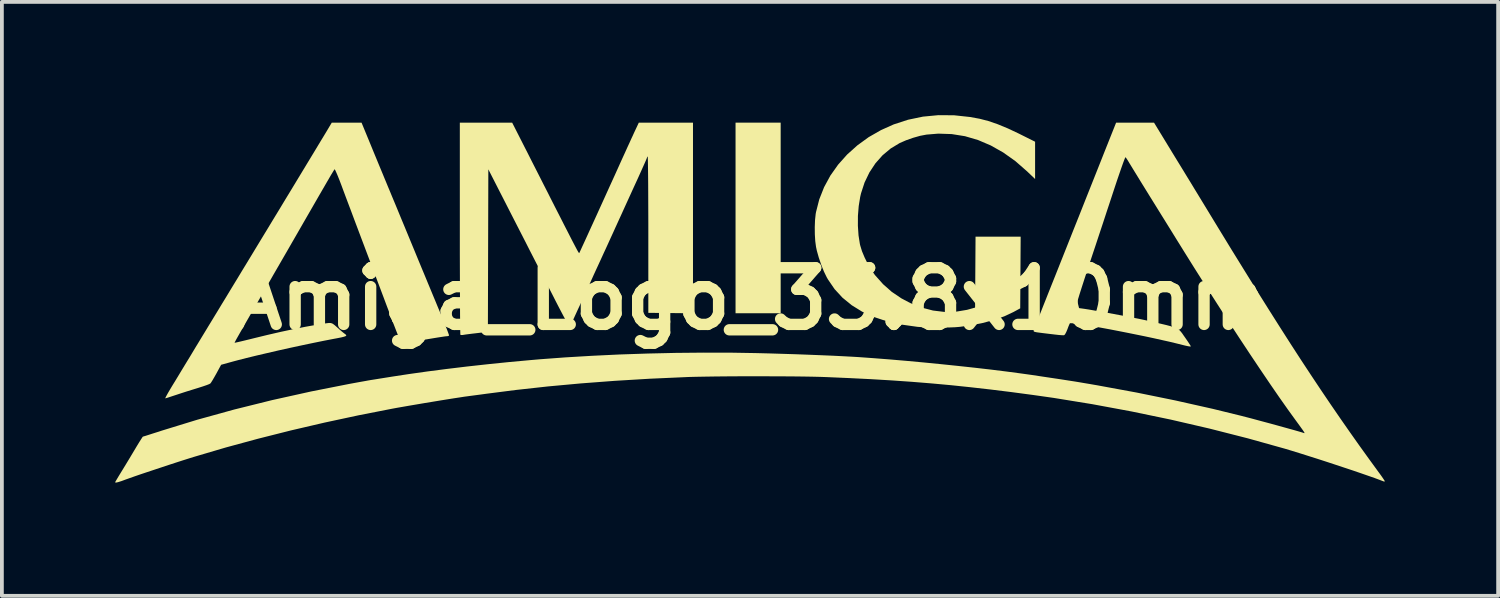
<source format=kicad_pcb>
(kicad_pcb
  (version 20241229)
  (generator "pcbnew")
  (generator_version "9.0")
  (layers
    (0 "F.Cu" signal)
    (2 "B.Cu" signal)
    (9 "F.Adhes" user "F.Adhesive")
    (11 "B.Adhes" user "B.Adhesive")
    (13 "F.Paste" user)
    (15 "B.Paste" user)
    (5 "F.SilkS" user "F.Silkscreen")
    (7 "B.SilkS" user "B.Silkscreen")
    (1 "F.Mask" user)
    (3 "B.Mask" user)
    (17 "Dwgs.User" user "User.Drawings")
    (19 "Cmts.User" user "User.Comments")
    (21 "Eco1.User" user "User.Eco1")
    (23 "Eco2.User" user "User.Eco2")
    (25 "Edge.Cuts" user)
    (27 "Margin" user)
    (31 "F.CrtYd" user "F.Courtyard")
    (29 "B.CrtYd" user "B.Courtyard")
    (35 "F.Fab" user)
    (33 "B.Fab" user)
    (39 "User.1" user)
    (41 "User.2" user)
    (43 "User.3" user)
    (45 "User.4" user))
  (footprint "Amiga_Logo_33.8x10mm"
    (layer "F.Cu")
    (at 16.802 4.863)
    (property "Reference" "Amiga_Logo_33.8x10mm" (at 0 0 0) (layer "F.SilkS") (effects (font (size 1.5 1.5) (thickness 0.3))))
    (attr board_only exclude_from_pos_files exclude_from_bom)
    (fp_poly (pts (xy 0.823 -2.141) (xy 0.823 0.383) (xy 0.225 0.383) (xy -0.372 0.383) (xy -0.372 -2.141) (xy -0.372 -4.665) (xy 0.225 -4.665) (xy 0.823 -4.665)) (stroke (width 0) (type solid)) (fill yes) (layer "F.SilkS"))
    (fp_poly (pts (xy 5.416 -4.86) (xy 5.842 -4.814) (xy 6.096 -4.767) (xy 6.324 -4.708) (xy 6.571 -4.623) (xy 6.842 -4.511) (xy 7.141 -4.37) (xy 7.15 -4.365) (xy 7.561 -4.16) (xy 7.561 -3.666) (xy 7.561 -3.172) (xy 7.352 -3.372) (xy 7.04 -3.645) (xy 6.718 -3.874) (xy 6.387 -4.061) (xy 6.049 -4.205) (xy 5.704 -4.306) (xy 5.353 -4.362) (xy 4.997 -4.374) (xy 4.684 -4.348) (xy 4.516 -4.316) (xy 4.329 -4.263) (xy 4.142 -4.197) (xy 3.975 -4.124) (xy 3.973 -4.123) (xy 3.736 -3.98) (xy 3.521 -3.8) (xy 3.333 -3.588) (xy 3.173 -3.346) (xy 3.045 -3.08) (xy 2.951 -2.792) (xy 2.929 -2.697) (xy 2.89 -2.456) (xy 2.869 -2.196) (xy 2.868 -1.932) (xy 2.885 -1.679) (xy 2.921 -1.45) (xy 2.931 -1.409) (xy 2.977 -1.259) (xy 3.047 -1.092) (xy 3.132 -0.921) (xy 3.226 -0.761) (xy 3.32 -0.628) (xy 3.535 -0.387) (xy 3.766 -0.183) (xy 4.021 -0.011) (xy 4.251 0.111) (xy 4.553 0.232) (xy 4.857 0.311) (xy 5.162 0.348) (xy 5.463 0.342) (xy 5.757 0.293) (xy 5.826 0.274) (xy 5.972 0.233) (xy 5.978 -0.706) (xy 5.984 -1.645) (xy 6.582 -1.645) (xy 7.179 -1.645) (xy 7.173 -0.696) (xy 7.167 0.253) (xy 6.987 0.351) (xy 6.749 0.463) (xy 6.473 0.561) (xy 6.167 0.642) (xy 5.835 0.707) (xy 5.567 0.743) (xy 5.449 0.753) (xy 5.299 0.759) (xy 5.127 0.762) (xy 4.946 0.762) (xy 4.769 0.759) (xy 4.606 0.753) (xy 4.469 0.745) (xy 4.44 0.742) (xy 4.022 0.683) (xy 3.64 0.597) (xy 3.293 0.483) (xy 2.981 0.341) (xy 2.704 0.17) (xy 2.46 -0.029) (xy 2.251 -0.256) (xy 2.076 -0.512) (xy 2.044 -0.567) (xy 1.97 -0.719) (xy 1.898 -0.899) (xy 1.833 -1.089) (xy 1.781 -1.274) (xy 1.759 -1.377) (xy 1.739 -1.528) (xy 1.728 -1.707) (xy 1.726 -1.897) (xy 1.733 -2.082) (xy 1.75 -2.245) (xy 1.759 -2.296) (xy 1.845 -2.633) (xy 1.973 -2.956) (xy 2.14 -3.264) (xy 2.344 -3.552) (xy 2.583 -3.82) (xy 2.854 -4.063) (xy 3.154 -4.281) (xy 3.483 -4.469) (xy 3.816 -4.618) (xy 4.197 -4.742) (xy 4.591 -4.824) (xy 4.998 -4.863)) (stroke (width 0) (type solid)) (fill yes) (layer "F.SilkS"))
    (fp_poly (pts (xy -1.499 -2.141) (xy -1.499 0.384) (xy -2.09 0.378) (xy -2.682 0.372) (xy -2.682 -1.705) (xy -2.682 -2.007) (xy -2.683 -2.295) (xy -2.684 -2.566) (xy -2.685 -2.818) (xy -2.686 -3.048) (xy -2.688 -3.251) (xy -2.69 -3.425) (xy -2.692 -3.568) (xy -2.694 -3.675) (xy -2.696 -3.744) (xy -2.698 -3.771) (xy -2.699 -3.772) (xy -2.716 -3.743) (xy -2.716 -3.742) (xy -2.725 -3.717) (xy -2.75 -3.656) (xy -2.79 -3.566) (xy -2.841 -3.452) (xy -2.901 -3.318) (xy -2.966 -3.174) (xy -3.041 -3.011) (xy -3.116 -2.847) (xy -3.187 -2.691) (xy -3.251 -2.551) (xy -3.303 -2.437) (xy -3.33 -2.378) (xy -3.388 -2.249) (xy -3.456 -2.101) (xy -3.522 -1.956) (xy -3.561 -1.871) (xy -3.61 -1.762) (xy -3.673 -1.625) (xy -3.742 -1.473) (xy -3.812 -1.32) (xy -3.86 -1.217) (xy -3.947 -1.026) (xy -4.019 -0.87) (xy -4.079 -0.74) (xy -4.129 -0.631) (xy -4.172 -0.535) (xy -4.213 -0.445) (xy -4.254 -0.355) (xy -4.287 -0.282) (xy -4.333 -0.18) (xy -4.392 -0.052) (xy -4.458 0.091) (xy -4.524 0.233) (xy -4.553 0.295) (xy -4.608 0.415) (xy -4.657 0.522) (xy -4.696 0.611) (xy -4.723 0.672) (xy -4.732 0.695) (xy -4.752 0.734) (xy -4.767 0.744) (xy -4.781 0.724) (xy -4.814 0.669) (xy -4.861 0.583) (xy -4.922 0.471) (xy -4.993 0.336) (xy -5.072 0.185) (xy -5.141 0.051) (xy -5.234 -0.133) (xy -5.344 -0.346) (xy -5.463 -0.581) (xy -5.588 -0.825) (xy -5.714 -1.071) (xy -5.835 -1.307) (xy -5.938 -1.51) (xy -6.045 -1.719) (xy -6.157 -1.937) (xy -6.27 -2.158) (xy -6.379 -2.371) (xy -6.48 -2.569) (xy -6.57 -2.745) (xy -6.644 -2.889) (xy -6.651 -2.903) (xy -6.919 -3.428) (xy -6.925 -1.277) (xy -6.931 0.875) (xy -7.049 0.889) (xy -7.217 0.909) (xy -7.346 0.924) (xy -7.442 0.936) (xy -7.511 0.945) (xy -7.557 0.952) (xy -7.587 0.957) (xy -7.597 0.959) (xy -7.642 0.96) (xy -7.659 0.954) (xy -7.661 0.93) (xy -7.663 0.863) (xy -7.665 0.758) (xy -7.666 0.615) (xy -7.668 0.438) (xy -7.669 0.229) (xy -7.67 -0.008) (xy -7.671 -0.271) (xy -7.672 -0.558) (xy -7.673 -0.865) (xy -7.674 -1.189) (xy -7.674 -1.529) (xy -7.674 -1.863) (xy -7.674 -4.665) (xy -6.981 -4.665) (xy -6.288 -4.665) (xy -6.027 -4.152) (xy -5.96 -4.02) (xy -5.876 -3.856) (xy -5.78 -3.665) (xy -5.674 -3.457) (xy -5.562 -3.237) (xy -5.449 -3.014) (xy -5.337 -2.795) (xy -5.286 -2.693) (xy -5.143 -2.411) (xy -5.018 -2.167) (xy -4.912 -1.958) (xy -4.821 -1.781) (xy -4.746 -1.634) (xy -4.684 -1.513) (xy -4.634 -1.418) (xy -4.595 -1.344) (xy -4.566 -1.289) (xy -4.544 -1.251) (xy -4.529 -1.227) (xy -4.52 -1.214) (xy -4.514 -1.21) (xy -4.511 -1.212) (xy -4.499 -1.236) (xy -4.471 -1.297) (xy -4.428 -1.391) (xy -4.371 -1.514) (xy -4.304 -1.661) (xy -4.227 -1.83) (xy -4.143 -2.014) (xy -4.053 -2.211) (xy -3.96 -2.416) (xy -3.865 -2.625) (xy -3.77 -2.835) (xy -3.696 -2.998) (xy -3.572 -3.27) (xy -3.466 -3.505) (xy -3.375 -3.707) (xy -3.297 -3.877) (xy -3.232 -4.021) (xy -3.177 -4.14) (xy -3.132 -4.24) (xy -3.093 -4.323) (xy -3.061 -4.394) (xy -3.033 -4.454) (xy -3.026 -4.468) (xy -2.934 -4.665) (xy -2.216 -4.665) (xy -1.499 -4.665)) (stroke (width 0) (type solid)) (fill yes) (layer "F.SilkS"))
    (fp_poly (pts (xy -10.024 -4.051) (xy -9.951 -3.873) (xy -9.874 -3.687) (xy -9.799 -3.505) (xy -9.729 -3.337) (xy -9.669 -3.191) (xy -9.626 -3.088) (xy -9.583 -2.983) (xy -9.525 -2.845) (xy -9.457 -2.68) (xy -9.38 -2.496) (xy -9.3 -2.302) (xy -9.218 -2.103) (xy -9.154 -1.95) (xy -9.014 -1.611) (xy -8.89 -1.311) (xy -8.78 -1.044) (xy -8.682 -0.807) (xy -8.594 -0.596) (xy -8.516 -0.407) (xy -8.445 -0.236) (xy -8.38 -0.079) (xy -8.319 0.067) (xy -8.261 0.208) (xy -8.203 0.347) (xy -8.169 0.428) (xy -8.11 0.573) (xy -8.057 0.704) (xy -8.014 0.815) (xy -7.982 0.901) (xy -7.963 0.956) (xy -7.959 0.975) (xy -7.987 0.988) (xy -8.023 0.992) (xy -8.059 0.995) (xy -8.133 1.006) (xy -8.238 1.022) (xy -8.367 1.043) (xy -8.512 1.067) (xy -8.613 1.084) (xy -8.765 1.11) (xy -8.904 1.134) (xy -9.023 1.153) (xy -9.115 1.168) (xy -9.175 1.178) (xy -9.192 1.18) (xy -9.206 1.175) (xy -9.223 1.155) (xy -9.245 1.117) (xy -9.274 1.057) (xy -9.311 0.969) (xy -9.357 0.852) (xy -9.416 0.7) (xy -9.488 0.509) (xy -9.489 0.507) (xy -9.547 0.351) (xy -9.619 0.161) (xy -9.701 -0.058) (xy -9.791 -0.297) (xy -9.887 -0.551) (xy -9.985 -0.81) (xy -10.082 -1.07) (xy -10.177 -1.321) (xy -10.197 -1.375) (xy -10.287 -1.613) (xy -10.377 -1.852) (xy -10.465 -2.085) (xy -10.548 -2.308) (xy -10.626 -2.514) (xy -10.695 -2.697) (xy -10.753 -2.852) (xy -10.798 -2.974) (xy -10.813 -3.014) (xy -10.862 -3.143) (xy -10.907 -3.255) (xy -10.945 -3.344) (xy -10.973 -3.405) (xy -10.989 -3.43) (xy -10.991 -3.431) (xy -11.008 -3.406) (xy -11.042 -3.35) (xy -11.09 -3.271) (xy -11.145 -3.176) (xy -11.157 -3.155) (xy -11.192 -3.096) (xy -11.246 -3.002) (xy -11.318 -2.878) (xy -11.405 -2.728) (xy -11.504 -2.556) (xy -11.613 -2.367) (xy -11.729 -2.166) (xy -11.85 -1.956) (xy -11.973 -1.742) (xy -12.096 -1.529) (xy -12.216 -1.32) (xy -12.331 -1.121) (xy -12.438 -0.936) (xy -12.535 -0.768) (xy -12.619 -0.623) (xy -12.687 -0.504) (xy -12.737 -0.417) (xy -12.756 -0.383) (xy -12.788 -0.328) (xy -12.839 -0.24) (xy -12.903 -0.129) (xy -12.977 -0.001) (xy -13.056 0.136) (xy -13.095 0.203) (xy -13.224 0.427) (xy -13.332 0.615) (xy -13.421 0.77) (xy -13.492 0.894) (xy -13.547 0.991) (xy -13.588 1.063) (xy -13.615 1.114) (xy -13.632 1.146) (xy -13.638 1.162) (xy -13.639 1.165) (xy -13.616 1.161) (xy -13.556 1.148) (xy -13.465 1.127) (xy -13.349 1.099) (xy -13.214 1.066) (xy -13.138 1.047) (xy -12.773 0.958) (xy -12.417 0.876) (xy -12.077 0.803) (xy -11.761 0.741) (xy -11.476 0.69) (xy -11.317 0.665) (xy -11.212 0.649) (xy -11.139 0.64) (xy -11.086 0.643) (xy -11.041 0.66) (xy -10.992 0.696) (xy -10.926 0.754) (xy -10.874 0.801) (xy -10.809 0.858) (xy -10.748 0.908) (xy -10.717 0.931) (xy -10.689 0.953) (xy -10.68 0.971) (xy -10.696 0.988) (xy -10.739 1.004) (xy -10.816 1.023) (xy -10.931 1.046) (xy -10.992 1.057) (xy -11.261 1.109) (xy -11.551 1.168) (xy -11.855 1.232) (xy -12.167 1.299) (xy -12.477 1.368) (xy -12.779 1.438) (xy -13.065 1.505) (xy -13.327 1.569) (xy -13.558 1.628) (xy -13.692 1.664) (xy -13.996 1.748) (xy -14.122 1.98) (xy -14.175 2.074) (xy -14.223 2.156) (xy -14.26 2.215) (xy -14.28 2.242) (xy -14.312 2.26) (xy -14.379 2.286) (xy -14.472 2.318) (xy -14.581 2.353) (xy -14.616 2.364) (xy -14.759 2.408) (xy -14.917 2.457) (xy -15.071 2.507) (xy -15.189 2.546) (xy -15.293 2.58) (xy -15.381 2.609) (xy -15.444 2.629) (xy -15.475 2.637) (xy -15.476 2.637) (xy -15.47 2.619) (xy -15.444 2.568) (xy -15.402 2.492) (xy -15.345 2.395) (xy -15.284 2.293) (xy -15.209 2.171) (xy -15.118 2.021) (xy -15.018 1.855) (xy -14.914 1.684) (xy -14.813 1.519) (xy -14.774 1.454) (xy -14.68 1.297) (xy -14.58 1.133) (xy -14.483 0.973) (xy -14.393 0.825) (xy -14.318 0.701) (xy -14.289 0.654) (xy -14.238 0.57) (xy -14.167 0.453) (xy -14.079 0.309) (xy -13.979 0.143) (xy -13.868 -0.038) (xy -13.752 -0.23) (xy -13.633 -0.426) (xy -13.556 -0.552) (xy -13.436 -0.751) (xy -13.314 -0.951) (xy -13.195 -1.147) (xy -13.083 -1.332) (xy -12.981 -1.5) (xy -12.893 -1.645) (xy -12.822 -1.762) (xy -12.79 -1.814) (xy -12.628 -2.082) (xy -12.464 -2.351) (xy -12.303 -2.618) (xy -12.144 -2.879) (xy -11.991 -3.132) (xy -11.845 -3.373) (xy -11.708 -3.599) (xy -11.582 -3.807) (xy -11.469 -3.994) (xy -11.371 -4.157) (xy -11.289 -4.292) (xy -11.226 -4.396) (xy -11.183 -4.467) (xy -11.17 -4.49) (xy -11.066 -4.664) (xy -10.672 -4.665) (xy -10.277 -4.665)) (stroke (width 0) (type solid)) (fill yes) (layer "F.SilkS"))
    (fp_poly (pts (xy 11.01 -4.175) (xy 11.099 -4.029) (xy 11.188 -3.883) (xy 11.271 -3.747) (xy 11.344 -3.628) (xy 11.402 -3.534) (xy 11.427 -3.493) (xy 11.465 -3.431) (xy 11.523 -3.336) (xy 11.598 -3.213) (xy 11.687 -3.068) (xy 11.785 -2.906) (xy 11.89 -2.734) (xy 11.999 -2.555) (xy 12.021 -2.519) (xy 12.402 -1.893) (xy 12.762 -1.304) (xy 13.105 -0.749) (xy 13.43 -0.225) (xy 13.741 0.271) (xy 14.038 0.74) (xy 14.323 1.186) (xy 14.599 1.612) (xy 14.867 2.019) (xy 15.128 2.411) (xy 15.385 2.791) (xy 15.639 3.161) (xy 15.892 3.524) (xy 16.145 3.882) (xy 16.401 4.238) (xy 16.661 4.595) (xy 16.674 4.612) (xy 16.734 4.695) (xy 16.782 4.765) (xy 16.814 4.814) (xy 16.824 4.834) (xy 16.807 4.84) (xy 16.785 4.834) (xy 16.688 4.797) (xy 16.554 4.747) (xy 16.388 4.689) (xy 16.195 4.622) (xy 15.982 4.549) (xy 15.753 4.473) (xy 15.515 4.394) (xy 15.272 4.314) (xy 15.031 4.236) (xy 14.797 4.162) (xy 14.576 4.092) (xy 14.372 4.029) (xy 14.193 3.975) (xy 14.176 3.97) (xy 13.195 3.696) (xy 12.183 3.438) (xy 11.151 3.199) (xy 10.111 2.983) (xy 9.075 2.791) (xy 8.054 2.625) (xy 7.505 2.547) (xy 6.927 2.47) (xy 6.377 2.402) (xy 5.848 2.342) (xy 5.331 2.288) (xy 4.818 2.241) (xy 4.3 2.199) (xy 3.77 2.162) (xy 3.22 2.129) (xy 2.64 2.1) (xy 2.04 2.074) (xy 1.871 2.068) (xy 1.663 2.063) (xy 1.422 2.059) (xy 1.155 2.056) (xy 0.868 2.054) (xy 0.566 2.053) (xy 0.257 2.052) (xy -0.054 2.052) (xy -0.361 2.053) (xy -0.658 2.055) (xy -0.937 2.058) (xy -1.194 2.062) (xy -1.421 2.066) (xy -1.614 2.071) (xy -1.679 2.074) (xy -2.644 2.117) (xy -3.572 2.173) (xy -4.468 2.241) (xy -5.339 2.321) (xy -6.191 2.415) (xy -6.964 2.514) (xy -7.102 2.533) (xy -7.232 2.55) (xy -7.344 2.565) (xy -7.429 2.576) (xy -7.471 2.582) (xy -7.555 2.593) (xy -7.676 2.612) (xy -7.828 2.635) (xy -8.004 2.663) (xy -8.197 2.694) (xy -8.401 2.728) (xy -8.608 2.762) (xy -8.813 2.797) (xy -9.008 2.83) (xy -9.186 2.861) (xy -9.341 2.888) (xy -9.455 2.909) (xy -10.353 3.085) (xy -11.253 3.278) (xy -12.146 3.486) (xy -13.022 3.707) (xy -13.872 3.938) (xy -14.686 4.178) (xy -14.706 4.184) (xy -14.839 4.225) (xy -15 4.276) (xy -15.18 4.334) (xy -15.373 4.397) (xy -15.572 4.463) (xy -15.771 4.529) (xy -15.961 4.592) (xy -16.137 4.651) (xy -16.291 4.704) (xy -16.415 4.748) (xy -16.505 4.78) (xy -16.506 4.78) (xy -16.63 4.826) (xy -16.718 4.854) (xy -16.772 4.867) (xy -16.798 4.865) (xy -16.802 4.857) (xy -16.791 4.835) (xy -16.76 4.783) (xy -16.715 4.707) (xy -16.66 4.617) (xy -16.659 4.615) (xy -16.598 4.516) (xy -16.522 4.391) (xy -16.437 4.251) (xy -16.352 4.109) (xy -16.297 4.017) (xy -16.229 3.903) (xy -16.168 3.803) (xy -16.118 3.724) (xy -16.084 3.671) (xy -16.069 3.651) (xy -16.069 3.651) (xy -16.045 3.644) (xy -15.985 3.626) (xy -15.895 3.597) (xy -15.78 3.56) (xy -15.646 3.518) (xy -15.568 3.492) (xy -14.63 3.204) (xy -13.654 2.934) (xy -12.644 2.683) (xy -11.606 2.453) (xy -10.604 2.255) (xy -10.457 2.228) (xy -10.32 2.203) (xy -10.202 2.182) (xy -10.109 2.165) (xy -10.051 2.155) (xy -10.041 2.153) (xy -9.995 2.146) (xy -9.913 2.133) (xy -9.802 2.115) (xy -9.67 2.094) (xy -9.525 2.071) (xy -9.477 2.063) (xy -9.025 1.994) (xy -8.536 1.925) (xy -8.018 1.858) (xy -7.478 1.793) (xy -6.924 1.732) (xy -6.365 1.675) (xy -5.808 1.624) (xy -5.556 1.602) (xy -4.882 1.552) (xy -4.175 1.51) (xy -3.445 1.475) (xy -2.701 1.45) (xy -1.955 1.433) (xy -1.216 1.426) (xy -0.496 1.427) (xy 0.165 1.438) (xy 0.521 1.447) (xy 0.879 1.458) (xy 1.233 1.469) (xy 1.577 1.482) (xy 1.906 1.495) (xy 2.213 1.508) (xy 2.491 1.522) (xy 2.734 1.535) (xy 2.885 1.544) (xy 3.286 1.573) (xy 3.711 1.606) (xy 4.155 1.644) (xy 4.609 1.686) (xy 5.066 1.731) (xy 5.52 1.778) (xy 5.964 1.826) (xy 6.39 1.875) (xy 6.792 1.925) (xy 7.162 1.974) (xy 7.471 2.017) (xy 7.736 2.057) (xy 7.963 2.091) (xy 8.157 2.12) (xy 8.326 2.146) (xy 8.474 2.169) (xy 8.61 2.19) (xy 8.738 2.211) (xy 8.865 2.233) (xy 8.998 2.255) (xy 9.141 2.28) (xy 9.195 2.289) (xy 10.249 2.483) (xy 11.269 2.691) (xy 12.263 2.914) (xy 13.027 3.101) (xy 13.146 3.132) (xy 13.289 3.169) (xy 13.448 3.212) (xy 13.619 3.258) (xy 13.795 3.305) (xy 13.97 3.353) (xy 14.139 3.4) (xy 14.294 3.443) (xy 14.431 3.481) (xy 14.543 3.513) (xy 14.624 3.537) (xy 14.668 3.551) (xy 14.671 3.552) (xy 14.687 3.558) (xy 14.696 3.557) (xy 14.694 3.545) (xy 14.678 3.518) (xy 14.646 3.471) (xy 14.594 3.399) (xy 14.521 3.298) (xy 14.458 3.212) (xy 14.252 2.927) (xy 14.026 2.606) (xy 13.783 2.253) (xy 13.525 1.872) (xy 13.253 1.466) (xy 12.971 1.039) (xy 12.68 0.594) (xy 12.384 0.135) (xy 12.084 -0.334) (xy 11.782 -0.811) (xy 11.482 -1.291) (xy 11.437 -1.364) (xy 11.338 -1.523) (xy 11.235 -1.689) (xy 11.134 -1.853) (xy 11.04 -2.004) (xy 10.96 -2.133) (xy 10.92 -2.197) (xy 10.757 -2.46) (xy 10.606 -2.703) (xy 10.47 -2.923) (xy 10.349 -3.119) (xy 10.246 -3.287) (xy 10.161 -3.425) (xy 10.097 -3.53) (xy 10.054 -3.6) (xy 10.048 -3.611) (xy 10.007 -3.678) (xy 9.973 -3.728) (xy 9.954 -3.75) (xy 9.944 -3.732) (xy 9.921 -3.675) (xy 9.887 -3.583) (xy 9.844 -3.462) (xy 9.793 -3.314) (xy 9.735 -3.145) (xy 9.673 -2.959) (xy 9.624 -2.81) (xy 9.546 -2.573) (xy 9.457 -2.305) (xy 9.362 -2.015) (xy 9.263 -1.717) (xy 9.165 -1.42) (xy 9.07 -1.136) (xy 8.984 -0.875) (xy 8.967 -0.823) (xy 8.877 -0.551) (xy 8.802 -0.319) (xy 8.741 -0.128) (xy 8.695 0.023) (xy 8.664 0.133) (xy 8.648 0.201) (xy 8.647 0.228) (xy 8.647 0.228) (xy 8.681 0.238) (xy 8.745 0.25) (xy 8.808 0.258) (xy 8.878 0.268) (xy 8.986 0.285) (xy 9.124 0.309) (xy 9.285 0.337) (xy 9.461 0.369) (xy 9.646 0.403) (xy 9.832 0.438) (xy 10.013 0.472) (xy 10.18 0.505) (xy 10.328 0.534) (xy 10.449 0.56) (xy 10.514 0.574) (xy 10.726 0.623) (xy 10.899 0.663) (xy 11.038 0.696) (xy 11.148 0.725) (xy 11.233 0.751) (xy 11.298 0.777) (xy 11.349 0.804) (xy 11.389 0.836) (xy 11.424 0.874) (xy 11.459 0.919) (xy 11.497 0.975) (xy 11.527 1.017) (xy 11.588 1.105) (xy 11.638 1.18) (xy 11.673 1.235) (xy 11.686 1.261) (xy 11.686 1.261) (xy 11.666 1.264) (xy 11.612 1.256) (xy 11.533 1.239) (xy 11.477 1.225) (xy 11.313 1.184) (xy 11.127 1.139) (xy 10.921 1.093) (xy 10.702 1.044) (xy 10.472 0.995) (xy 10.237 0.947) (xy 10 0.899) (xy 9.766 0.853) (xy 9.539 0.809) (xy 9.323 0.769) (xy 9.123 0.733) (xy 8.942 0.703) (xy 8.785 0.678) (xy 8.656 0.659) (xy 8.56 0.649) (xy 8.5 0.646) (xy 8.482 0.65) (xy 8.468 0.678) (xy 8.444 0.735) (xy 8.417 0.808) (xy 8.386 0.882) (xy 8.356 0.938) (xy 8.333 0.963) (xy 8.31 0.966) (xy 8.262 0.964) (xy 8.186 0.958) (xy 8.078 0.946) (xy 7.935 0.929) (xy 7.753 0.907) (xy 7.61 0.888) (xy 7.548 0.876) (xy 7.523 0.859) (xy 7.522 0.838) (xy 7.533 0.809) (xy 7.558 0.743) (xy 7.596 0.645) (xy 7.646 0.519) (xy 7.705 0.37) (xy 7.771 0.203) (xy 7.843 0.022) (xy 7.865 -0.034) (xy 7.977 -0.316) (xy 8.105 -0.636) (xy 8.246 -0.991) (xy 8.399 -1.376) (xy 8.562 -1.787) (xy 8.735 -2.22) (xy 8.914 -2.672) (xy 9.1 -3.139) (xy 9.29 -3.617) (xy 9.386 -3.86) (xy 9.707 -4.665) (xy 10.209 -4.665) (xy 10.711 -4.665)) (stroke (width 0) (type solid)) (fill yes) (layer "F.SilkS")))
  (gr_rect
    (start -3 -3)
    (end 36.626 12.73)
    (stroke (width 0.1) (type default))
    (fill no)
    (layer "Edge.Cuts")))
</source>
